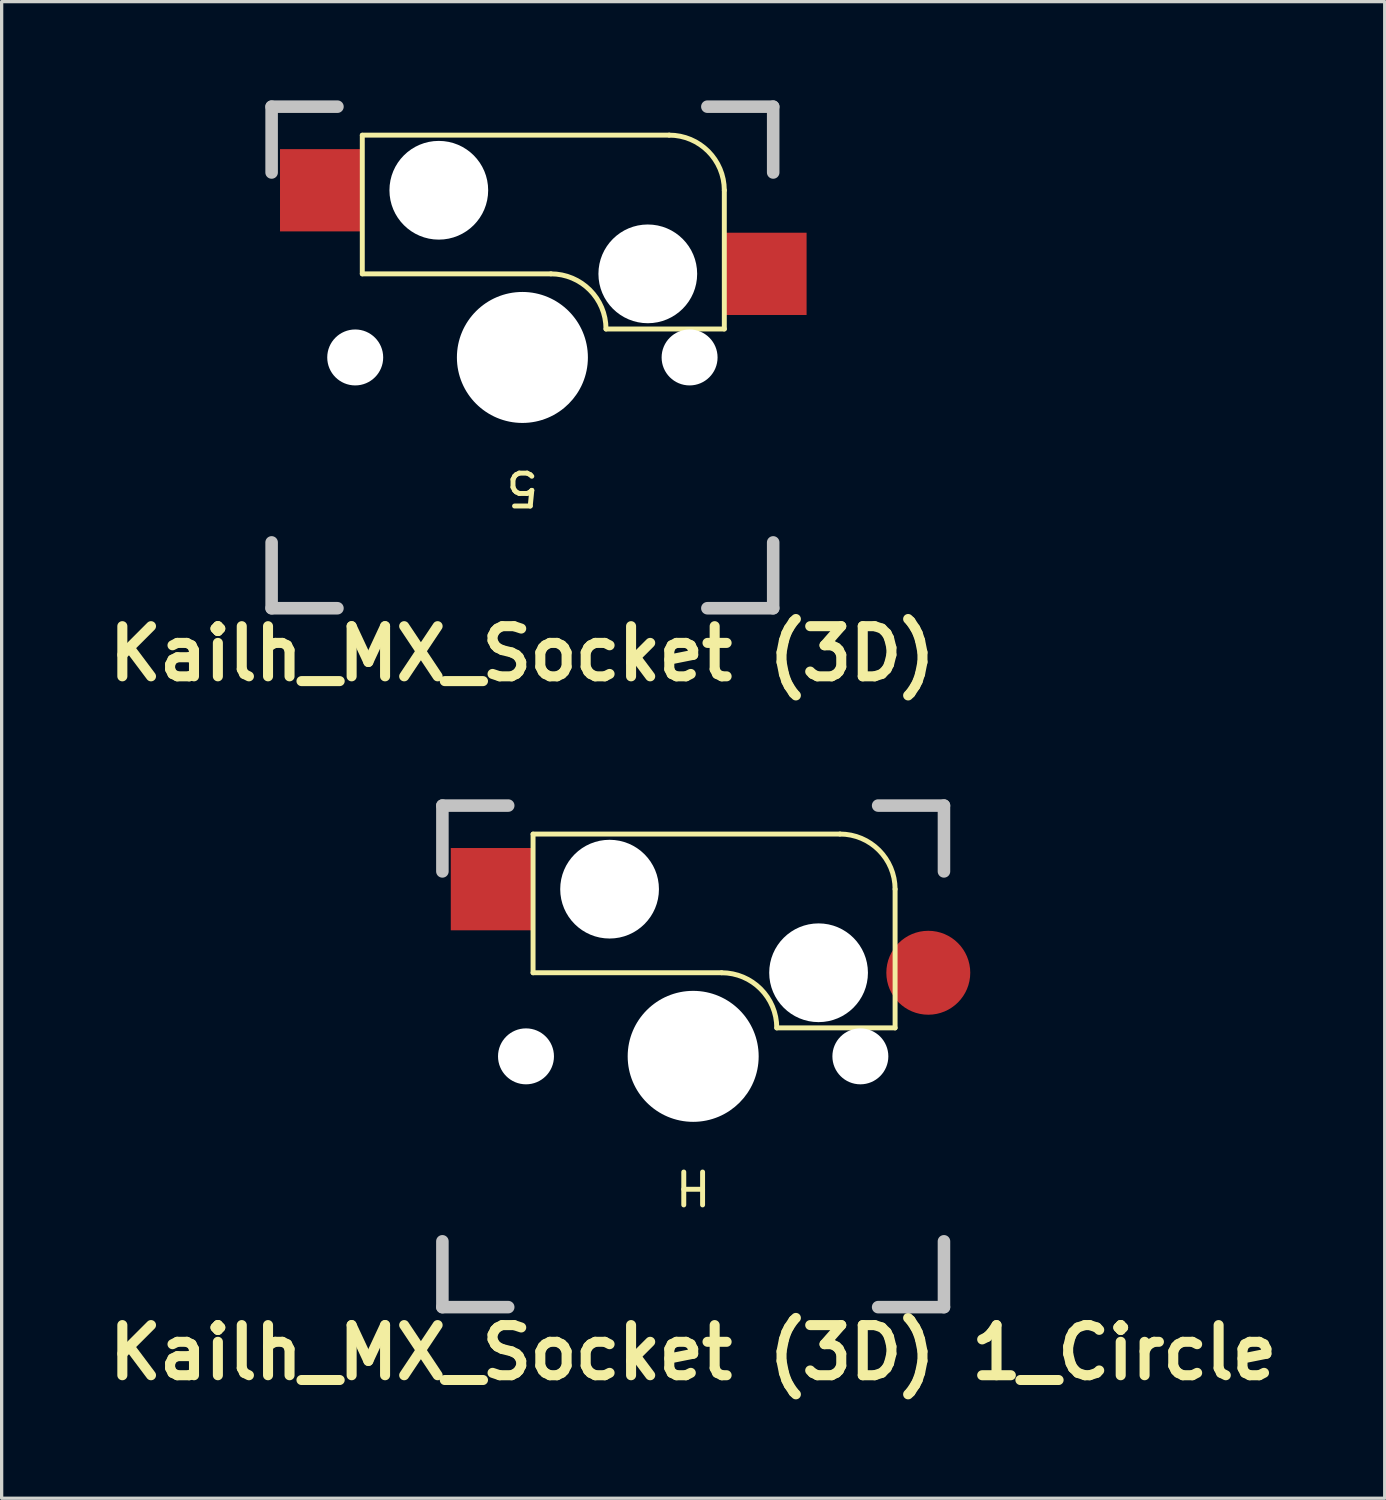
<source format=kicad_pcb>
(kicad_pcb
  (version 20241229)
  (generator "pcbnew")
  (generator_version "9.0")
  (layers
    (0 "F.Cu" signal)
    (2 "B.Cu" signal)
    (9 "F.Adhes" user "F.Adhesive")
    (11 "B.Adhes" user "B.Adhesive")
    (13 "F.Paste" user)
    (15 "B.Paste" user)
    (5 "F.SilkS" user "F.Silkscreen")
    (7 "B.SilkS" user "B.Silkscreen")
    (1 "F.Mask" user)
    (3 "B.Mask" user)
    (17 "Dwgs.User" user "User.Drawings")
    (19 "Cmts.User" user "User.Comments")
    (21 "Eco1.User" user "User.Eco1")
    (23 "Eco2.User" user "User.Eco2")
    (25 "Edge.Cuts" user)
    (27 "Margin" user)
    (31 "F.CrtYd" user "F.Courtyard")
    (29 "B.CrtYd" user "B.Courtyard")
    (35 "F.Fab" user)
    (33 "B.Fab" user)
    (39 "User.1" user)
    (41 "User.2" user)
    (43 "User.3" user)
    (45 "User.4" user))
  (footprint "Kailh_MX_Socket (3D) 1_Circle"
    (layer "F.Cu")
    (at 18.012 29.047)
    (property "Reference" "Kailh_MX_Socket (3D) 1_Circle" (at 0 9 0) (layer "F.SilkS") (effects (font (size 1.524 1.524) (thickness 0.305))))
    (attr through_hole)
    (fp_line (start -4.865 -6.75) (end -4.865 -2.54) (stroke (width 0.15) (type solid)) (layer "F.SilkS"))
    (fp_line (start 0.865 -2.54) (end -4.865 -2.54) (stroke (width 0.15) (type solid)) (layer "F.SilkS"))
    (fp_line (start 4.46 -6.755) (end -4.865 -6.755) (stroke (width 0.15) (type solid)) (layer "F.SilkS"))
    (fp_line (start 6.135 -5.08) (end 6.135 -0.865) (stroke (width 0.15) (type solid)) (layer "F.SilkS"))
    (fp_line (start 6.135 -0.865) (end 2.54 -0.865) (stroke (width 0.15) (type solid)) (layer "F.SilkS"))
    (fp_arc (start 0.865 -2.54) (mid 2.049404 -2.049404) (end 2.54 -0.865) (stroke (width 0.15) (type solid)) (layer "F.SilkS"))
    (fp_arc (start 4.46 -6.755) (mid 5.644404 -6.264404) (end 6.135 -5.08) (stroke (width 0.15) (type solid)) (layer "F.SilkS"))
    (fp_line (start -7.62 -7.62) (end -5.62 -7.62) (stroke (width 0.381) (type solid)) (layer "Dwgs.User"))
    (fp_line (start -7.62 -5.62) (end -7.62 -7.62) (stroke (width 0.381) (type solid)) (layer "Dwgs.User"))
    (fp_line (start -7.62 5.62) (end -7.62 7.62) (stroke (width 0.381) (type solid)) (layer "Dwgs.User"))
    (fp_line (start -7.62 7.62) (end -5.62 7.62) (stroke (width 0.381) (type solid)) (layer "Dwgs.User"))
    (fp_line (start 5.62 -7.62) (end 7.62 -7.62) (stroke (width 0.381) (type solid)) (layer "Dwgs.User"))
    (fp_line (start 5.62 7.62) (end 7.62 7.62) (stroke (width 0.381) (type solid)) (layer "Dwgs.User"))
    (fp_line (start 7.62 -7.62) (end 7.62 -5.62) (stroke (width 0.381) (type solid)) (layer "Dwgs.User"))
    (fp_line (start 7.62 5.62) (end 7.62 7.62) (stroke (width 0.381) (type solid)) (layer "Dwgs.User"))
    (fp_text user "H" (at 0 3.969 180) (unlocked yes) (layer "F.SilkS") (effects (font (size 1 1) (thickness 0.15))))
    (pad "" np_thru_hole circle (at -5.08 0) (size 1.7 1.7) (drill 1.7) (layers "*.Cu" "*.Mask"))
    (pad "" np_thru_hole circle (at -2.54 -5.08) (size 3 3) (drill 3) (layers "*.Cu" "*.Mask"))
    (pad "" np_thru_hole circle (at 0 0) (size 3.98 3.98) (drill 3.98) (layers "*.Cu" "*.Mask"))
    (pad "" np_thru_hole circle (at 3.81 -2.54) (size 3 3) (drill 3) (layers "*.Cu" "*.Mask"))
    (pad "" np_thru_hole circle (at 5.08 0) (size 1.7 1.7) (drill 1.7) (layers "*.Cu" "*.Mask"))
    (pad "1" smd circle (at 7.144 -2.54) (size 2.55 2.55) (layers "F.Cu" "F.Mask" "F.Paste"))
    (pad "2" smd rect (at -6.09 -5.08) (size 2.55 2.5) (layers "F.Cu" "F.Mask" "F.Paste")))
  (footprint "Kailh_MX_Socket (3D)"
    (layer "F.Cu")
    (at 12.823 7.811)
    (property "Reference" "Kailh_MX_Socket (3D)" (at 0 9 0) (layer "F.SilkS") (effects (font (size 1.524 1.524) (thickness 0.305))))
    (attr through_hole)
    (fp_line (start -4.865 -6.75) (end -4.865 -2.54) (stroke (width 0.15) (type solid)) (layer "F.SilkS"))
    (fp_line (start 0.865 -2.54) (end -4.865 -2.54) (stroke (width 0.15) (type solid)) (layer "F.SilkS"))
    (fp_line (start 4.46 -6.755) (end -4.865 -6.755) (stroke (width 0.15) (type solid)) (layer "F.SilkS"))
    (fp_line (start 6.135 -5.08) (end 6.135 -0.865) (stroke (width 0.15) (type solid)) (layer "F.SilkS"))
    (fp_line (start 6.135 -0.865) (end 2.54 -0.865) (stroke (width 0.15) (type solid)) (layer "F.SilkS"))
    (fp_arc (start 0.865 -2.54) (mid 2.049404 -2.049404) (end 2.54 -0.865) (stroke (width 0.15) (type solid)) (layer "F.SilkS"))
    (fp_arc (start 4.46 -6.755) (mid 5.644404 -6.264404) (end 6.135 -5.08) (stroke (width 0.15) (type solid)) (layer "F.SilkS"))
    (fp_line (start -7.62 -7.62) (end -5.62 -7.62) (stroke (width 0.381) (type solid)) (layer "Dwgs.User"))
    (fp_line (start -7.62 -5.62) (end -7.62 -7.62) (stroke (width 0.381) (type solid)) (layer "Dwgs.User"))
    (fp_line (start -7.62 5.62) (end -7.62 7.62) (stroke (width 0.381) (type solid)) (layer "Dwgs.User"))
    (fp_line (start -7.62 7.62) (end -5.62 7.62) (stroke (width 0.381) (type solid)) (layer "Dwgs.User"))
    (fp_line (start 5.62 -7.62) (end 7.62 -7.62) (stroke (width 0.381) (type solid)) (layer "Dwgs.User"))
    (fp_line (start 5.62 7.62) (end 7.62 7.62) (stroke (width 0.381) (type solid)) (layer "Dwgs.User"))
    (fp_line (start 7.62 -7.62) (end 7.62 -5.62) (stroke (width 0.381) (type solid)) (layer "Dwgs.User"))
    (fp_line (start 7.62 5.62) (end 7.62 7.62) (stroke (width 0.381) (type solid)) (layer "Dwgs.User"))
    (fp_text user "5" (at 0 3.969 180) (unlocked yes) (layer "F.SilkS") (effects (font (size 1 1) (thickness 0.15))))
    (pad "" np_thru_hole circle (at -5.08 0) (size 1.7 1.7) (drill 1.7) (layers "*.Cu" "*.Mask"))
    (pad "" np_thru_hole circle (at -2.54 -5.08) (size 3 3) (drill 3) (layers "*.Cu" "*.Mask"))
    (pad "" np_thru_hole circle (at 0 0) (size 3.98 3.98) (drill 3.98) (layers "*.Cu" "*.Mask"))
    (pad "" np_thru_hole circle (at 3.81 -2.54) (size 3 3) (drill 3) (layers "*.Cu" "*.Mask"))
    (pad "" np_thru_hole circle (at 5.08 0) (size 1.7 1.7) (drill 1.7) (layers "*.Cu" "*.Mask"))
    (pad "1" smd rect (at 7.36 -2.54) (size 2.55 2.5) (layers "F.Cu" "F.Mask" "F.Paste"))
    (pad "2" smd rect (at -6.09 -5.08) (size 2.55 2.5) (layers "F.Cu" "F.Mask" "F.Paste")))
  (gr_rect
    (start -3 -3)
    (end 39.024 42.474)
    (stroke (width 0.1) (type default))
    (fill no)
    (layer "Edge.Cuts")))
</source>
